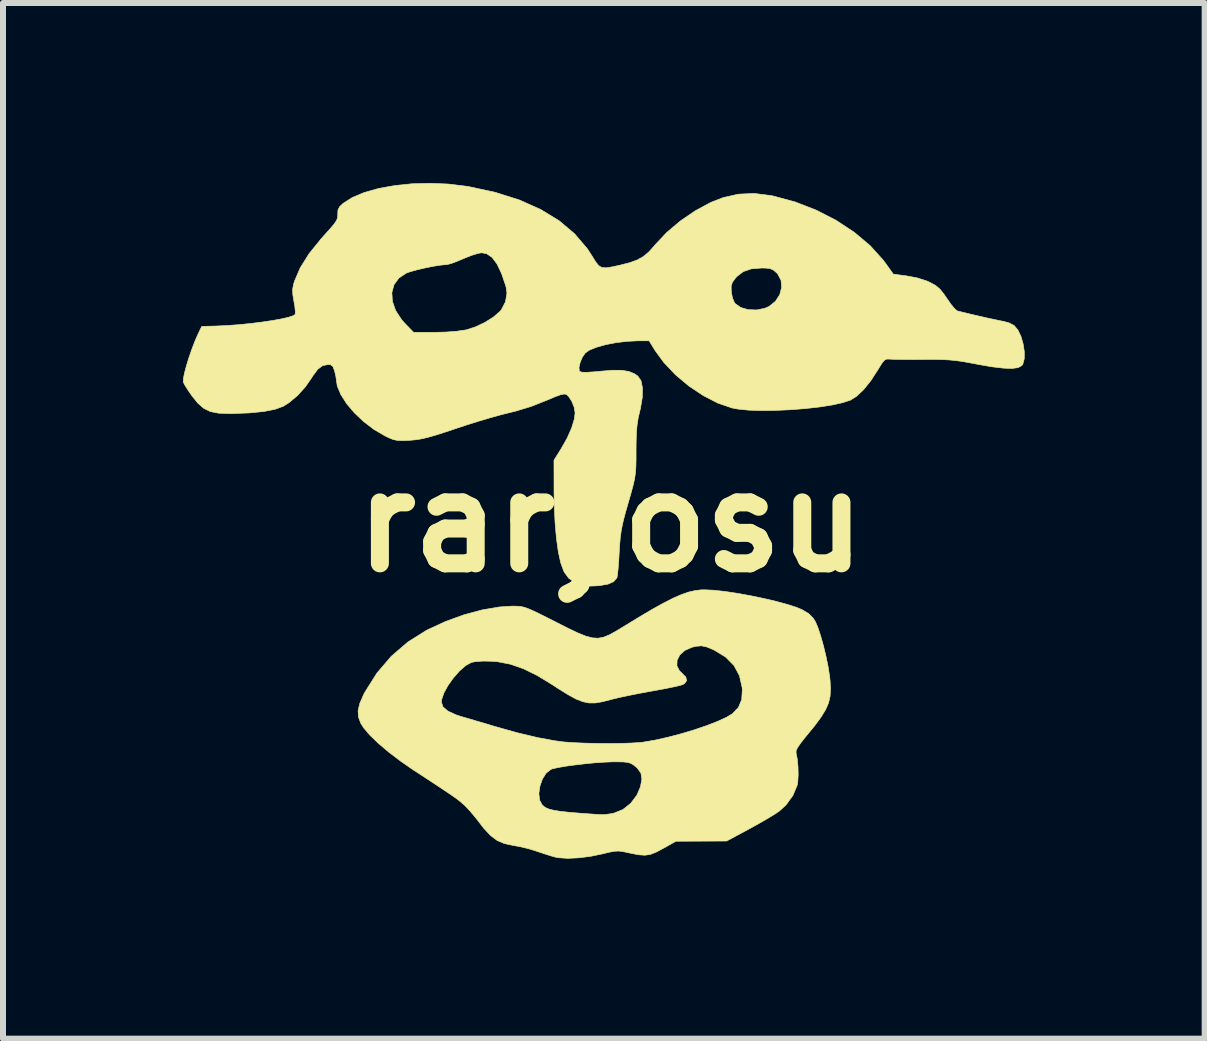
<source format=kicad_pcb>
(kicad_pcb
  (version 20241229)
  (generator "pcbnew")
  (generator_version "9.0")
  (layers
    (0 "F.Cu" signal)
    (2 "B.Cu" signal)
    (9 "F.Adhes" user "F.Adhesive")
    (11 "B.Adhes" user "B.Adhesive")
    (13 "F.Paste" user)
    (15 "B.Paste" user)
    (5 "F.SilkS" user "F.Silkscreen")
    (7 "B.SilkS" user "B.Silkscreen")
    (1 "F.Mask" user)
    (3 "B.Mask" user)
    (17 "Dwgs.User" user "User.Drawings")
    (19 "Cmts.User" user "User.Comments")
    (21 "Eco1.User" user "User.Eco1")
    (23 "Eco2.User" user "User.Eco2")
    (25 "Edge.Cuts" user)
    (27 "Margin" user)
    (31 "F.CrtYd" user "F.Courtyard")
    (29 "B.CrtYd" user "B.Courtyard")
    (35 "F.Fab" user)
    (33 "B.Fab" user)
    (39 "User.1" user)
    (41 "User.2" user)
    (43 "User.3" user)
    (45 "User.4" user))
  (footprint "raryosu"
    (layer "F.Cu")
    (at 7.128 5.65)
    (property "Reference" "raryosu" (at 0 0 0) (layer "F.SilkS") (effects (font (size 1.524 1.524) (thickness 0.3))))
    (attr through_hole)
    (fp_poly (pts (xy 1.714 1.137) (xy 1.898 1.157) (xy 2.107 1.188) (xy 2.327 1.228) (xy 2.549 1.274) (xy 2.759 1.323) (xy 2.946 1.374) (xy 3.098 1.423) (xy 3.189 1.461) (xy 3.3 1.527) (xy 3.375 1.603) (xy 3.41 1.657) (xy 3.452 1.755) (xy 3.498 1.893) (xy 3.545 2.059) (xy 3.588 2.237) (xy 3.624 2.412) (xy 3.649 2.571) (xy 3.657 2.646) (xy 3.664 2.785) (xy 3.657 2.905) (xy 3.631 3.016) (xy 3.582 3.128) (xy 3.506 3.252) (xy 3.4 3.396) (xy 3.259 3.568) (xy 3.17 3.68) (xy 3.115 3.759) (xy 3.09 3.814) (xy 3.09 3.85) (xy 3.11 3.951) (xy 3.122 4.08) (xy 3.125 4.215) (xy 3.118 4.333) (xy 3.108 4.389) (xy 3.036 4.56) (xy 2.921 4.718) (xy 2.812 4.817) (xy 2.745 4.863) (xy 2.64 4.927) (xy 2.51 5.003) (xy 2.367 5.083) (xy 2.314 5.112) (xy 1.933 5.317) (xy 1.51 5.319) (xy 1.087 5.321) (xy 0.875 5.44) (xy 0.755 5.504) (xy 0.659 5.541) (xy 0.568 5.554) (xy 0.463 5.546) (xy 0.325 5.519) (xy 0.306 5.515) (xy 0.208 5.494) (xy 0.133 5.484) (xy 0.062 5.488) (xy -0.026 5.504) (xy -0.137 5.531) (xy -0.333 5.572) (xy -0.531 5.597) (xy -0.714 5.606) (xy -0.866 5.596) (xy -0.917 5.587) (xy -1.002 5.563) (xy -1.115 5.527) (xy -1.228 5.489) (xy -1.362 5.447) (xy -1.511 5.411) (xy -1.619 5.392) (xy -1.768 5.361) (xy -1.892 5.308) (xy -2.004 5.224) (xy -2.118 5.101) (xy -2.183 5.016) (xy -2.267 4.909) (xy -2.354 4.806) (xy -2.429 4.727) (xy -2.445 4.713) (xy -2.48 4.682) (xy -2.516 4.652) (xy -2.557 4.62) (xy -2.61 4.582) (xy -2.68 4.533) (xy -2.694 4.524) (xy -1.197 4.524) (xy -1.185 4.634) (xy -1.145 4.71) (xy -1.112 4.742) (xy -1.071 4.768) (xy -1.015 4.789) (xy -0.938 4.807) (xy -0.834 4.823) (xy -0.696 4.838) (xy -0.518 4.853) (xy -0.294 4.869) (xy -0.15 4.878) (xy -0.086 4.875) (xy 0.006 4.862) (xy 0.055 4.852) (xy 0.203 4.793) (xy 0.334 4.689) (xy 0.438 4.551) (xy 0.496 4.415) (xy 0.52 4.286) (xy 0.504 4.185) (xy 0.443 4.1) (xy 0.386 4.053) (xy 0.341 4.025) (xy 0.288 4.007) (xy 0.213 3.999) (xy 0.103 3.997) (xy 0.033 3.997) (xy -0.107 4.003) (xy -0.269 4.014) (xy -0.44 4.031) (xy -0.609 4.051) (xy -0.762 4.072) (xy -0.889 4.095) (xy -0.976 4.115) (xy -0.997 4.124) (xy -1.076 4.186) (xy -1.138 4.284) (xy -1.179 4.402) (xy -1.197 4.524) (xy -2.694 4.524) (xy -2.774 4.471) (xy -2.896 4.389) (xy -3.054 4.286) (xy -3.252 4.156) (xy -3.278 4.14) (xy -3.494 3.991) (xy -3.693 3.84) (xy -3.867 3.693) (xy -4.009 3.557) (xy -4.113 3.436) (xy -4.163 3.359) (xy -4.203 3.253) (xy -4.21 3.146) (xy -4.182 3.025) (xy -4.172 3.003) (xy -2.822 3.003) (xy -2.794 3.082) (xy -2.711 3.153) (xy -2.572 3.216) (xy -2.486 3.244) (xy -2.384 3.273) (xy -2.247 3.314) (xy -2.092 3.359) (xy -1.947 3.403) (xy -1.563 3.511) (xy -1.224 3.592) (xy -0.932 3.646) (xy -0.79 3.665) (xy -0.636 3.677) (xy -0.449 3.685) (xy -0.244 3.69) (xy -0.034 3.692) (xy 0.168 3.69) (xy 0.348 3.684) (xy 0.493 3.675) (xy 0.55 3.668) (xy 0.746 3.634) (xy 0.959 3.586) (xy 1.18 3.528) (xy 1.399 3.462) (xy 1.604 3.392) (xy 1.784 3.322) (xy 1.93 3.255) (xy 2.028 3.196) (xy 2.129 3.091) (xy 2.184 2.96) (xy 2.194 2.796) (xy 2.191 2.758) (xy 2.146 2.56) (xy 2.055 2.392) (xy 1.916 2.251) (xy 1.727 2.136) (xy 1.709 2.127) (xy 1.6 2.082) (xy 1.514 2.064) (xy 1.426 2.071) (xy 1.351 2.089) (xy 1.235 2.141) (xy 1.152 2.216) (xy 1.107 2.305) (xy 1.104 2.397) (xy 1.147 2.481) (xy 1.185 2.516) (xy 1.252 2.584) (xy 1.266 2.645) (xy 1.227 2.696) (xy 1.192 2.713) (xy 1.139 2.728) (xy 1.041 2.75) (xy 0.91 2.777) (xy 0.758 2.805) (xy 0.663 2.822) (xy 0.49 2.854) (xy 0.318 2.888) (xy 0.162 2.921) (xy 0.039 2.95) (xy 0.001 2.96) (xy -0.139 2.996) (xy -0.257 3.016) (xy -0.363 3.016) (xy -0.468 2.994) (xy -0.583 2.948) (xy -0.717 2.874) (xy -0.882 2.771) (xy -0.966 2.716) (xy -1.221 2.56) (xy -1.453 2.446) (xy -1.671 2.37) (xy -1.884 2.329) (xy -1.979 2.321) (xy -2.124 2.318) (xy -2.246 2.326) (xy -2.322 2.34) (xy -2.417 2.393) (xy -2.52 2.483) (xy -2.622 2.599) (xy -2.712 2.726) (xy -2.781 2.852) (xy -2.818 2.963) (xy -2.822 3.003) (xy -4.172 3.003) (xy -4.118 2.877) (xy -4.094 2.832) (xy -3.895 2.517) (xy -3.656 2.238) (xy -3.38 2) (xy -3.072 1.807) (xy -3.053 1.797) (xy -2.754 1.659) (xy -2.446 1.547) (xy -2.142 1.465) (xy -1.854 1.416) (xy -1.643 1.402) (xy -1.573 1.403) (xy -1.514 1.407) (xy -1.456 1.417) (xy -1.391 1.438) (xy -1.31 1.472) (xy -1.204 1.522) (xy -1.064 1.592) (xy -0.916 1.667) (xy -0.711 1.771) (xy -0.547 1.849) (xy -0.415 1.902) (xy -0.306 1.931) (xy -0.21 1.937) (xy -0.119 1.92) (xy -0.024 1.882) (xy 0.085 1.822) (xy 0.201 1.752) (xy 0.466 1.59) (xy 0.69 1.457) (xy 0.88 1.352) (xy 1.04 1.27) (xy 1.178 1.21) (xy 1.298 1.168) (xy 1.407 1.143) (xy 1.51 1.131) (xy 1.566 1.13) (xy 1.714 1.137)) (stroke (width 0.01) (type solid)) (fill yes) (layer "F.SilkS"))
    (fp_poly (pts (xy -2.71 -5.633) (xy -2.412 -5.597) (xy -2.371 -5.591) (xy -1.922 -5.494) (xy -1.521 -5.367) (xy -1.167 -5.209) (xy -0.86 -5.022) (xy -0.602 -4.804) (xy -0.391 -4.557) (xy -0.307 -4.428) (xy -0.249 -4.334) (xy -0.201 -4.274) (xy -0.149 -4.242) (xy -0.08 -4.236) (xy 0.019 -4.251) (xy 0.149 -4.279) (xy 0.317 -4.322) (xy 0.445 -4.368) (xy 0.546 -4.425) (xy 0.637 -4.502) (xy 0.732 -4.608) (xy 0.739 -4.618) (xy 0.935 -4.826) (xy 1.165 -5.02) (xy 1.415 -5.19) (xy 1.67 -5.327) (xy 1.876 -5.407) (xy 2.13 -5.464) (xy 2.391 -5.476) (xy 2.67 -5.441) (xy 2.705 -5.434) (xy 3.073 -5.335) (xy 3.426 -5.198) (xy 3.757 -5.028) (xy 4.059 -4.829) (xy 4.323 -4.607) (xy 4.542 -4.365) (xy 4.587 -4.304) (xy 4.711 -4.131) (xy 4.937 -4.101) (xy 5.113 -4.067) (xy 5.272 -4.016) (xy 5.322 -3.993) (xy 5.414 -3.943) (xy 5.484 -3.885) (xy 5.551 -3.803) (xy 5.605 -3.724) (xy 5.669 -3.632) (xy 5.728 -3.56) (xy 5.772 -3.521) (xy 5.779 -3.518) (xy 5.871 -3.495) (xy 5.994 -3.465) (xy 6.132 -3.433) (xy 6.272 -3.401) (xy 6.399 -3.374) (xy 6.498 -3.353) (xy 6.552 -3.343) (xy 6.643 -3.317) (xy 6.724 -3.275) (xy 6.726 -3.273) (xy 6.788 -3.198) (xy 6.839 -3.091) (xy 6.875 -2.965) (xy 6.894 -2.837) (xy 6.893 -2.721) (xy 6.87 -2.632) (xy 6.85 -2.605) (xy 6.79 -2.573) (xy 6.691 -2.559) (xy 6.549 -2.564) (xy 6.36 -2.586) (xy 6.122 -2.627) (xy 6.068 -2.638) (xy 5.909 -2.667) (xy 5.774 -2.688) (xy 5.644 -2.701) (xy 5.502 -2.708) (xy 5.332 -2.71) (xy 5.207 -2.709) (xy 5.042 -2.708) (xy 4.891 -2.709) (xy 4.766 -2.71) (xy 4.678 -2.713) (xy 4.645 -2.715) (xy 4.599 -2.715) (xy 4.563 -2.697) (xy 4.524 -2.651) (xy 4.472 -2.568) (xy 4.456 -2.541) (xy 4.337 -2.357) (xy 4.215 -2.205) (xy 4.095 -2.093) (xy 3.996 -2.031) (xy 3.863 -1.988) (xy 3.686 -1.949) (xy 3.474 -1.916) (xy 3.24 -1.89) (xy 2.995 -1.871) (xy 2.749 -1.86) (xy 2.514 -1.857) (xy 2.302 -1.864) (xy 2.123 -1.882) (xy 2.025 -1.9) (xy 1.787 -1.981) (xy 1.543 -2.107) (xy 1.303 -2.267) (xy 1.08 -2.454) (xy 0.886 -2.659) (xy 0.741 -2.857) (xy 0.641 -3.02) (xy 0.455 -3.02) (xy 0.271 -3.011) (xy 0.087 -2.989) (xy -0.087 -2.955) (xy -0.238 -2.912) (xy -0.356 -2.864) (xy -0.424 -2.816) (xy -0.473 -2.745) (xy -0.509 -2.659) (xy -0.528 -2.578) (xy -0.523 -2.519) (xy -0.516 -2.509) (xy -0.478 -2.496) (xy -0.395 -2.495) (xy -0.263 -2.504) (xy -0.166 -2.513) (xy 0.031 -2.529) (xy 0.184 -2.528) (xy 0.303 -2.509) (xy 0.398 -2.47) (xy 0.453 -2.431) (xy 0.506 -2.354) (xy 0.53 -2.234) (xy 0.527 -2.078) (xy 0.496 -1.892) (xy 0.483 -1.84) (xy 0.457 -1.727) (xy 0.44 -1.614) (xy 0.429 -1.485) (xy 0.424 -1.325) (xy 0.423 -1.19) (xy 0.423 -1.033) (xy 0.42 -0.912) (xy 0.412 -0.811) (xy 0.398 -0.716) (xy 0.374 -0.611) (xy 0.339 -0.481) (xy 0.293 -0.321) (xy 0.241 -0.139) (xy 0.204 0.006) (xy 0.178 0.131) (xy 0.161 0.252) (xy 0.149 0.387) (xy 0.142 0.508) (xy 0.134 0.652) (xy 0.124 0.778) (xy 0.114 0.873) (xy 0.105 0.927) (xy 0.103 0.932) (xy 0.05 0.994) (xy -0.046 1.036) (xy -0.19 1.061) (xy -0.254 1.065) (xy -0.375 1.069) (xy -0.461 1.061) (xy -0.535 1.038) (xy -0.593 1.011) (xy -0.698 0.938) (xy -0.771 0.839) (xy -0.782 0.818) (xy -0.831 0.685) (xy -0.872 0.501) (xy -0.904 0.273) (xy -0.927 0.007) (xy -0.941 -0.292) (xy -0.944 -0.494) (xy -0.945 -1.03) (xy -0.822 -1.227) (xy -0.725 -1.399) (xy -0.651 -1.566) (xy -0.606 -1.715) (xy -0.593 -1.818) (xy -0.608 -1.912) (xy -0.648 -2.011) (xy -0.701 -2.093) (xy -0.738 -2.127) (xy -0.774 -2.133) (xy -0.835 -2.121) (xy -0.929 -2.087) (xy -1.065 -2.029) (xy -1.08 -2.023) (xy -1.323 -1.927) (xy -1.582 -1.848) (xy -1.697 -1.82) (xy -1.829 -1.787) (xy -1.998 -1.74) (xy -2.19 -1.683) (xy -2.389 -1.621) (xy -2.568 -1.562) (xy -2.771 -1.494) (xy -2.932 -1.443) (xy -3.061 -1.407) (xy -3.167 -1.383) (xy -3.263 -1.369) (xy -3.352 -1.361) (xy -3.472 -1.356) (xy -3.558 -1.36) (xy -3.63 -1.376) (xy -3.71 -1.41) (xy -3.761 -1.435) (xy -3.943 -1.541) (xy -4.114 -1.671) (xy -4.269 -1.817) (xy -4.399 -1.97) (xy -4.497 -2.123) (xy -4.557 -2.267) (xy -4.572 -2.367) (xy -4.58 -2.424) (xy -4.598 -2.504) (xy -4.602 -2.519) (xy -4.628 -2.589) (xy -4.663 -2.619) (xy -4.708 -2.625) (xy -4.801 -2.606) (xy -4.883 -2.545) (xy -4.964 -2.436) (xy -4.982 -2.406) (xy -5.088 -2.253) (xy -5.219 -2.108) (xy -5.361 -1.989) (xy -5.458 -1.928) (xy -5.595 -1.878) (xy -5.785 -1.841) (xy -6.024 -1.818) (xy -6.311 -1.807) (xy -6.362 -1.807) (xy -6.538 -1.814) (xy -6.673 -1.841) (xy -6.782 -1.894) (xy -6.881 -1.981) (xy -6.974 -2.096) (xy -7.039 -2.189) (xy -7.092 -2.272) (xy -7.122 -2.329) (xy -7.123 -2.334) (xy -7.122 -2.386) (xy -7.104 -2.479) (xy -7.072 -2.6) (xy -7.03 -2.737) (xy -6.981 -2.878) (xy -6.93 -3.012) (xy -6.88 -3.127) (xy -6.877 -3.133) (xy -6.816 -3.26) (xy -6.576 -3.266) (xy -6.389 -3.275) (xy -6.193 -3.289) (xy -5.995 -3.309) (xy -5.805 -3.333) (xy -5.631 -3.359) (xy -5.481 -3.386) (xy -5.363 -3.414) (xy -5.286 -3.44) (xy -5.258 -3.461) (xy -5.256 -3.507) (xy -5.264 -3.59) (xy -5.28 -3.683) (xy -5.298 -3.793) (xy -5.299 -3.823) (xy -3.647 -3.823) (xy -3.638 -3.678) (xy -3.585 -3.526) (xy -3.487 -3.375) (xy -3.433 -3.314) (xy -3.285 -3.161) (xy -2.934 -3.161) (xy -2.741 -3.166) (xy -2.567 -3.179) (xy -2.429 -3.199) (xy -2.401 -3.204) (xy -2.248 -3.254) (xy -2.093 -3.328) (xy -1.954 -3.416) (xy -1.847 -3.508) (xy -1.822 -3.537) (xy -1.753 -3.67) (xy -1.729 -3.816) (xy -1.745 -3.926) (xy -1.747 -3.93) (xy 2.008 -3.93) (xy 2.01 -3.842) (xy 2.011 -3.832) (xy 2.029 -3.737) (xy 2.061 -3.66) (xy 2.075 -3.64) (xy 2.168 -3.575) (xy 2.293 -3.539) (xy 2.432 -3.534) (xy 2.568 -3.561) (xy 2.639 -3.592) (xy 2.746 -3.678) (xy 2.817 -3.787) (xy 2.849 -3.908) (xy 2.84 -4.027) (xy 2.785 -4.132) (xy 2.768 -4.151) (xy 2.714 -4.198) (xy 2.659 -4.223) (xy 2.583 -4.232) (xy 2.513 -4.233) (xy 2.343 -4.219) (xy 2.211 -4.174) (xy 2.105 -4.093) (xy 2.077 -4.062) (xy 2.028 -3.994) (xy 2.008 -3.93) (xy -1.747 -3.93) (xy -1.818 -4.14) (xy -1.895 -4.301) (xy -1.976 -4.41) (xy -2.066 -4.471) (xy -2.149 -4.487) (xy -2.215 -4.476) (xy -2.314 -4.445) (xy -2.426 -4.401) (xy -2.455 -4.389) (xy -2.564 -4.343) (xy -2.659 -4.308) (xy -2.725 -4.291) (xy -2.736 -4.29) (xy -2.826 -4.282) (xy -2.95 -4.263) (xy -3.09 -4.235) (xy -3.227 -4.203) (xy -3.343 -4.171) (xy -3.407 -4.148) (xy -3.531 -4.065) (xy -3.611 -3.955) (xy -3.647 -3.823) (xy -5.299 -3.823) (xy -5.301 -3.875) (xy -5.287 -3.955) (xy -5.269 -4.015) (xy -5.174 -4.237) (xy -5.025 -4.474) (xy -4.822 -4.725) (xy -4.776 -4.776) (xy -4.677 -4.886) (xy -4.61 -4.965) (xy -4.571 -5.022) (xy -4.552 -5.069) (xy -4.548 -5.114) (xy -4.549 -5.129) (xy -4.545 -5.202) (xy -4.514 -5.259) (xy -4.461 -5.309) (xy -4.306 -5.408) (xy -4.106 -5.492) (xy -3.868 -5.559) (xy -3.601 -5.607) (xy -3.314 -5.637) (xy -3.014 -5.645) (xy -2.71 -5.633)) (stroke (width 0.01) (type solid)) (fill yes) (layer "F.SilkS")))
  (gr_rect
    (start -3 -3)
    (end 17.028 14.261)
    (stroke (width 0.1) (type default))
    (fill no)
    (layer "Edge.Cuts")))
</source>
